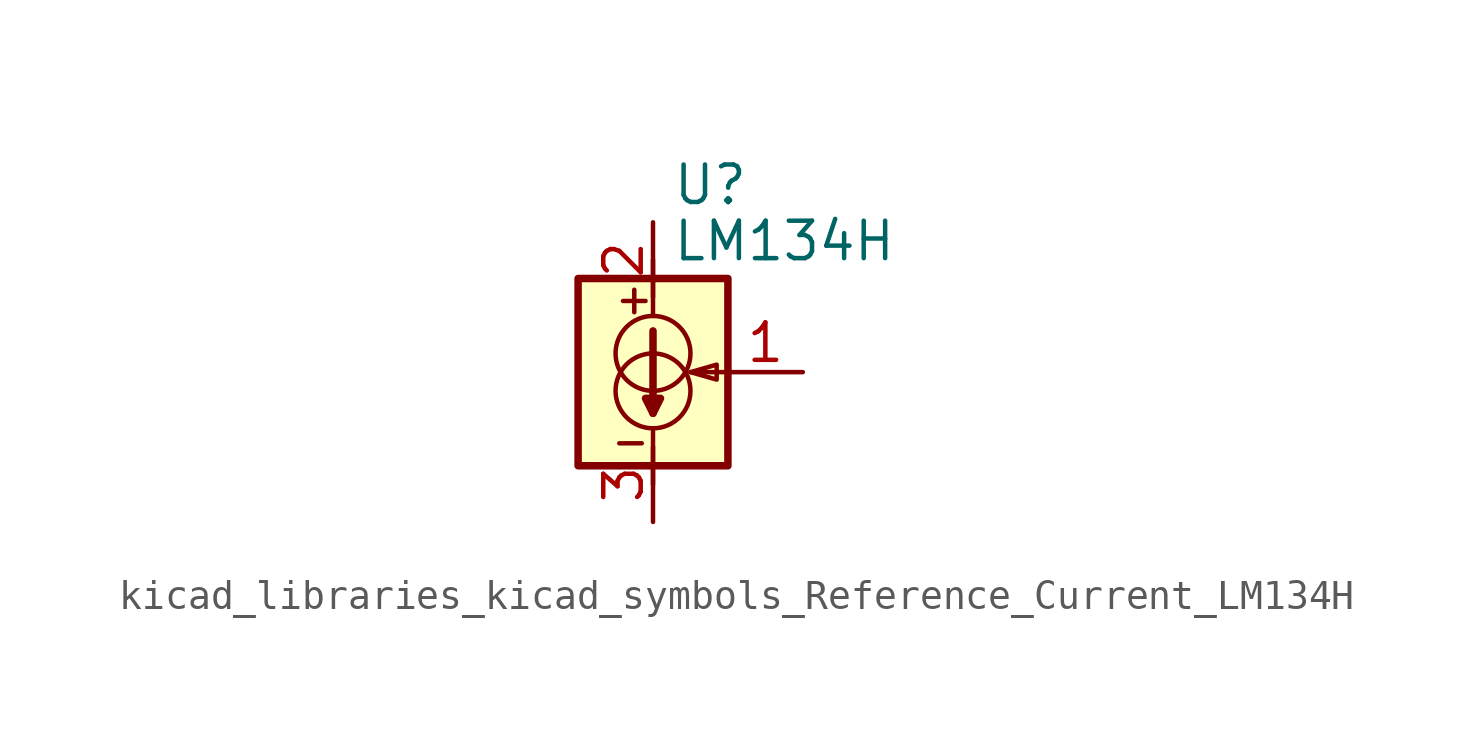
<source format=kicad_sym>
(kicad_symbol_lib
  (version 20220914)
  (generator kicad_symbol_editor)
  (symbol "kicad_libraries_kicad_symbols_Reference_Current_LM134H"
    (property "Reference" "U"
      (at 0.635 6.35 0)
      (effects (font (size 1.27 1.27)) (justify left)))
    (property "Value" "LM134H"
      (at 0.635 4.445 0)
      (effects (font (size 1.27 1.27)) (justify left)))
    (symbol "kicad_libraries_kicad_symbols_Reference_Current_LM134H_0_1"
      (rectangle (start -2.54 3.175) (end 2.54 -3.175) (stroke (width 0.254) (type default)) (fill (type background)))
      (circle (center 0 -0.635) (radius 1.27) (stroke (width 0) (type default)) (fill (type none)))
      (polyline (pts (xy -1.143 -2.413) (xy -0.381 -2.413)) (stroke (width 0) (type default)) (fill (type none)))
      (polyline (pts (xy -1.016 2.413) (xy -0.254 2.413)) (stroke (width 0) (type default)) (fill (type none)))
      (polyline (pts (xy -0.635 2.794) (xy -0.635 2.032)) (stroke (width 0) (type default)) (fill (type none)))
      (polyline (pts (xy 0 -1.905) (xy 0 -3.81)) (stroke (width 0) (type default)) (fill (type none)))
      (polyline (pts (xy 0 1.397) (xy 0 -1.397)) (stroke (width 0.254) (type default)) (fill (type none)))
      (polyline (pts (xy 0 3.81) (xy 0 1.905)) (stroke (width 0) (type default)) (fill (type none)))
      (polyline (pts (xy 2.54 0) (xy 1.27 0)) (stroke (width 0) (type default)) (fill (type none)))
      (polyline (pts (xy 0 -1.397) (xy -0.254 -0.889) (xy 0.254 -0.889) (xy 0 -1.397)) (stroke (width 0.254) (type default)) (fill (type none)))
      (polyline (pts (xy 1.27 0) (xy 2.159 0.254) (xy 2.159 -0.254) (xy 1.27 0)) (stroke (width 0) (type default)) (fill (type none)))
      (circle (center 0 0.635) (radius 1.27) (stroke (width 0) (type default)) (fill (type none))))
    (symbol "kicad_libraries_kicad_symbols_Reference_Current_LM134H_1_1"
      (pin passive line (at 5.08 0 180) (length 2.54) (name "~" (effects (font (size 1.27 1.27)))) (number "1" (effects (font (size 1.27 1.27)))))
      (pin passive line (at 0 5.08 270) (length 2.54) (name "~" (effects (font (size 1.27 1.27)))) (number "2" (effects (font (size 1.27 1.27)))))
      (pin passive line (at 0 -5.08 90) (length 2.54) (name "~" (effects (font (size 1.27 1.27)))) (number "3" (effects (font (size 1.27 1.27))))))))
</source>
